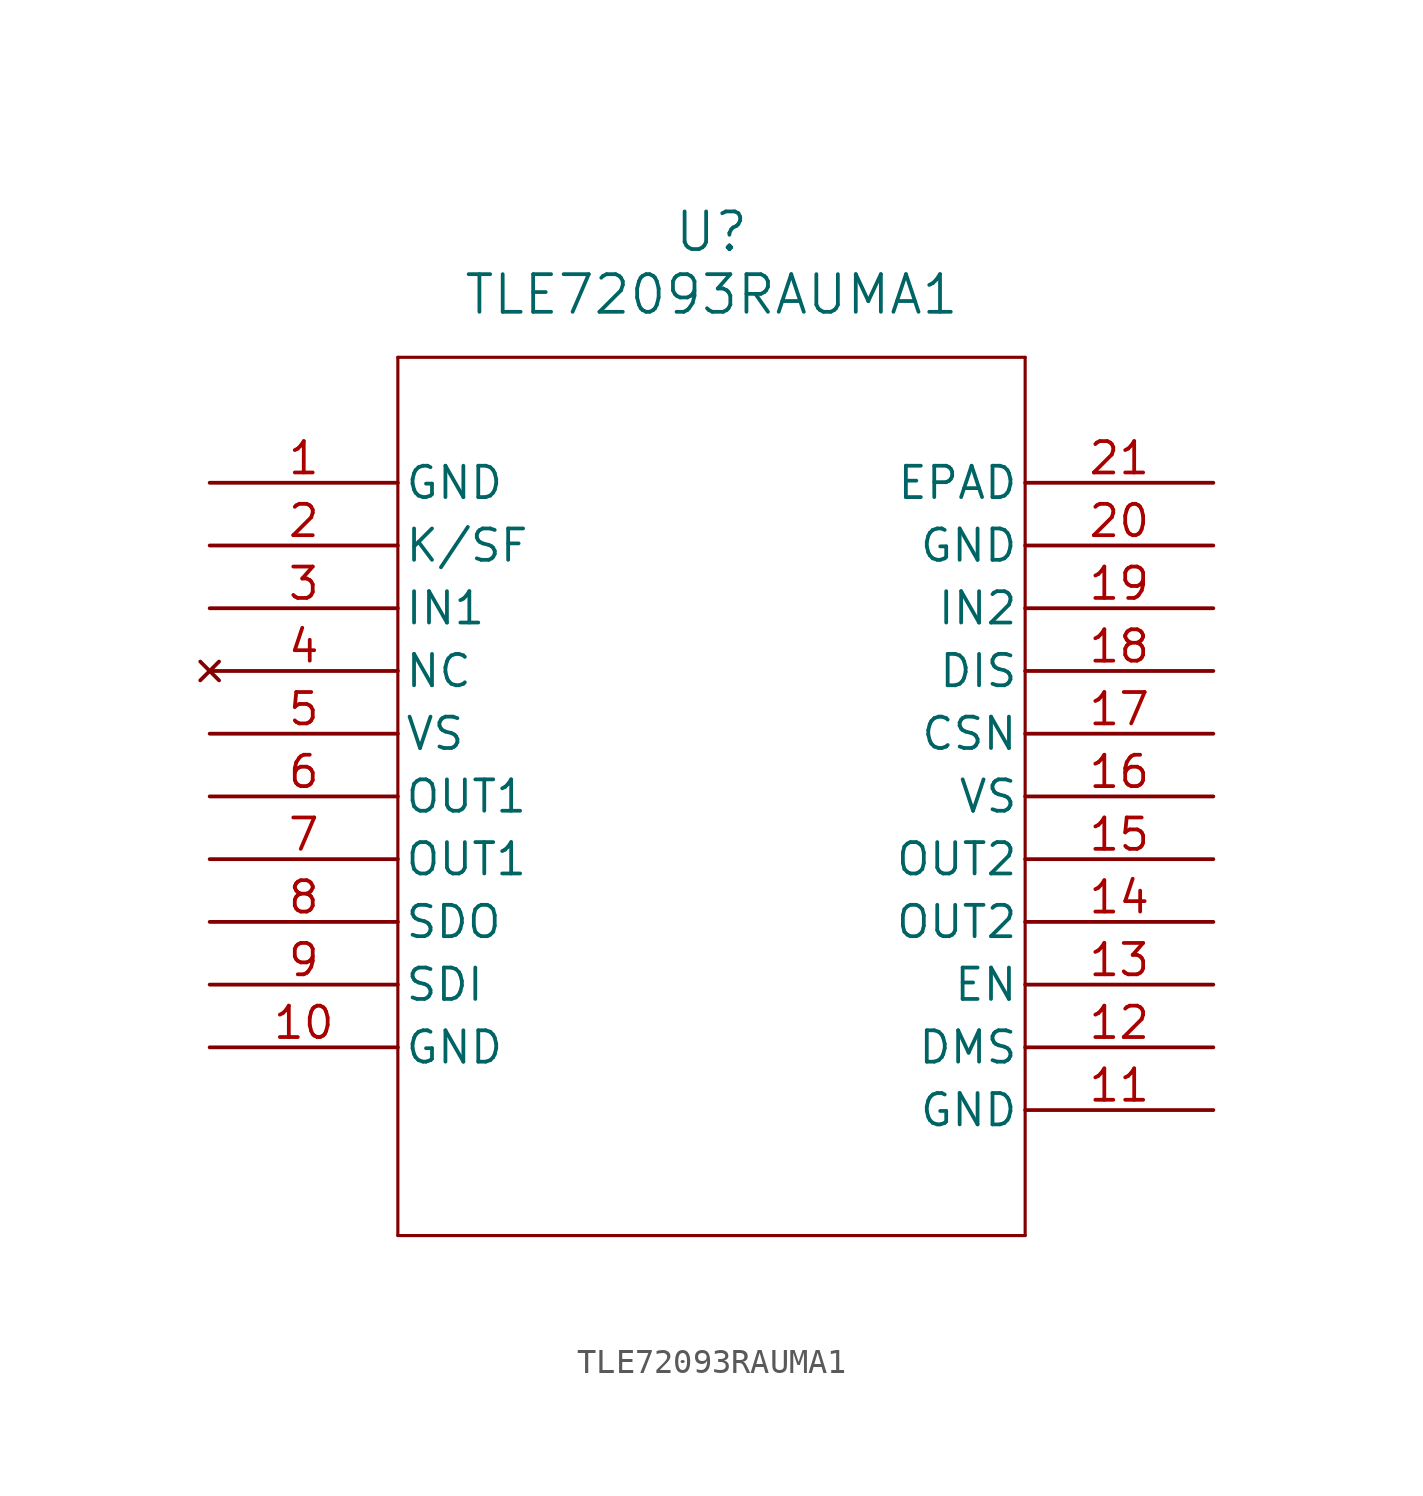
<source format=kicad_sym>
(kicad_symbol_lib
  (version 20211014)
  (generator kicad_symbol_editor)
  (symbol "TLE72093RAUMA1"
    (pin_names
      (offset 0.254))
    (property "Reference" "U"
      (at 20.32 10.16 0)
      (effects (font (size 1.524 1.524))))
    (property "Value" "TLE72093RAUMA1"
      (at 20.32 7.62 0)
      (effects (font (size 1.524 1.524))))
    (property "ki_locked" ""
      (at 0 0 0)
      (effects (font (size 1.27 1.27))))
    (symbol "TLE72093RAUMA1_0_1"
      (polyline (pts (xy 7.62 -30.48) (xy 33.02 -30.48)) (stroke (width 0.127) (type default) (color 0 0 0 0)) (fill (type none)))
      (polyline (pts (xy 7.62 5.08) (xy 7.62 -30.48)) (stroke (width 0.127) (type default) (color 0 0 0 0)) (fill (type none)))
      (polyline (pts (xy 33.02 -30.48) (xy 33.02 5.08)) (stroke (width 0.127) (type default) (color 0 0 0 0)) (fill (type none)))
      (polyline (pts (xy 33.02 5.08) (xy 7.62 5.08)) (stroke (width 0.127) (type default) (color 0 0 0 0)) (fill (type none)))
      (pin power_in line (at 0 0 0) (length 7.62) (name "GND" (effects (font (size 1.27 1.27)))) (number "1" (effects (font (size 1.27 1.27)))))
      (pin power_in line (at 0 -22.86 0) (length 7.62) (name "GND" (effects (font (size 1.27 1.27)))) (number "10" (effects (font (size 1.27 1.27)))))
      (pin power_in line (at 40.64 -25.4 180) (length 7.62) (name "GND" (effects (font (size 1.27 1.27)))) (number "11" (effects (font (size 1.27 1.27)))))
      (pin input line (at 40.64 -22.86 180) (length 7.62) (name "DMS" (effects (font (size 1.27 1.27)))) (number "12" (effects (font (size 1.27 1.27)))))
      (pin input line (at 40.64 -20.32 180) (length 7.62) (name "EN" (effects (font (size 1.27 1.27)))) (number "13" (effects (font (size 1.27 1.27)))))
      (pin passive line (at 40.64 -17.78 180) (length 7.62) (name "OUT2" (effects (font (size 1.27 1.27)))) (number "14" (effects (font (size 1.27 1.27)))))
      (pin output line (at 40.64 -15.24 180) (length 7.62) (name "OUT2" (effects (font (size 1.27 1.27)))) (number "15" (effects (font (size 1.27 1.27)))))
      (pin power_in line (at 40.64 -12.7 180) (length 7.62) (name "VS" (effects (font (size 1.27 1.27)))) (number "16" (effects (font (size 1.27 1.27)))))
      (pin input line (at 40.64 -10.16 180) (length 7.62) (name "CSN" (effects (font (size 1.27 1.27)))) (number "17" (effects (font (size 1.27 1.27)))))
      (pin input line (at 40.64 -7.62 180) (length 7.62) (name "DIS" (effects (font (size 1.27 1.27)))) (number "18" (effects (font (size 1.27 1.27)))))
      (pin input line (at 40.64 -5.08 180) (length 7.62) (name "IN2" (effects (font (size 1.27 1.27)))) (number "19" (effects (font (size 1.27 1.27)))))
      (pin bidirectional line (at 0 -2.54 0) (length 7.62) (name "K/SF" (effects (font (size 1.27 1.27)))) (number "2" (effects (font (size 1.27 1.27)))))
      (pin power_in line (at 40.64 -2.54 180) (length 7.62) (name "GND" (effects (font (size 1.27 1.27)))) (number "20" (effects (font (size 1.27 1.27)))))
      (pin power_in line (at 40.64 0 180) (length 7.62) (name "EPAD" (effects (font (size 1.27 1.27)))) (number "21" (effects (font (size 1.27 1.27)))))
      (pin input line (at 0 -5.08 0) (length 7.62) (name "IN1" (effects (font (size 1.27 1.27)))) (number "3" (effects (font (size 1.27 1.27)))))
      (pin no_connect line (at 0 -7.62 0) (length 7.62) (name "NC" (effects (font (size 1.27 1.27)))) (number "4" (effects (font (size 1.27 1.27)))))
      (pin power_in line (at 0 -10.16 0) (length 7.62) (name "VS" (effects (font (size 1.27 1.27)))) (number "5" (effects (font (size 1.27 1.27)))))
      (pin output line (at 0 -12.7 0) (length 7.62) (name "OUT1" (effects (font (size 1.27 1.27)))) (number "6" (effects (font (size 1.27 1.27)))))
      (pin passive line (at 0 -15.24 0) (length 7.62) (name "OUT1" (effects (font (size 1.27 1.27)))) (number "7" (effects (font (size 1.27 1.27)))))
      (pin output line (at 0 -17.78 0) (length 7.62) (name "SDO" (effects (font (size 1.27 1.27)))) (number "8" (effects (font (size 1.27 1.27)))))
      (pin input line (at 0 -20.32 0) (length 7.62) (name "SDI" (effects (font (size 1.27 1.27)))) (number "9" (effects (font (size 1.27 1.27))))))))
</source>
